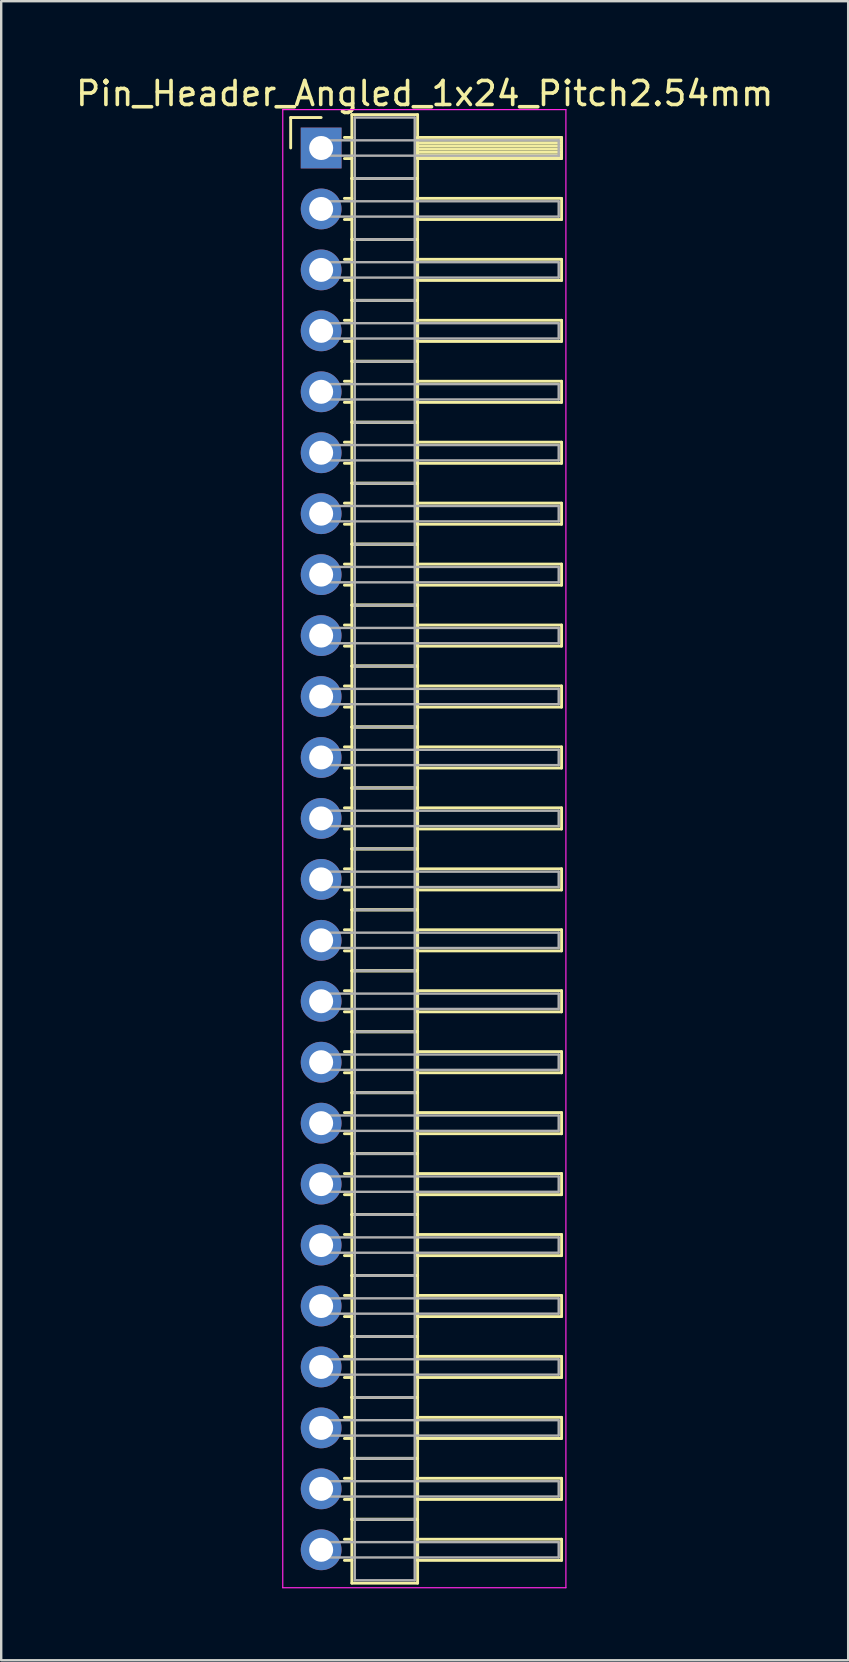
<source format=kicad_pcb>
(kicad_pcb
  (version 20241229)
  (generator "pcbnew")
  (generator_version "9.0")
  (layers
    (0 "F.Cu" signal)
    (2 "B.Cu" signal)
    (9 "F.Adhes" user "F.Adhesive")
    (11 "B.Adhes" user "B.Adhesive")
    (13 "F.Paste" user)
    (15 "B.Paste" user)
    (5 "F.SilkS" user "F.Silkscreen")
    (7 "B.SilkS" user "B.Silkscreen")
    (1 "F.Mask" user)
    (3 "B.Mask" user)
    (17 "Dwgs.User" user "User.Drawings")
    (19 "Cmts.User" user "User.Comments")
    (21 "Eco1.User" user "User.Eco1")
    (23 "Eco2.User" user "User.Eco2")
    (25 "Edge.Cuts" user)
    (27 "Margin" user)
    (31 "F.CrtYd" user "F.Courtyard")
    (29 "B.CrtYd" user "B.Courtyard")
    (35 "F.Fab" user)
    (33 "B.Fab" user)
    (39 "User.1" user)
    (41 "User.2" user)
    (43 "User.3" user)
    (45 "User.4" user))
  (footprint "Pin_Header_Angled_1x24_Pitch2.54mm"
    (layer "F.Cu")
    (at 10.334 3.118)
    (property "Reference" "Pin_Header_Angled_1x24_Pitch2.54mm" (at 4.315 -2.27 0) (layer "F.SilkS") (effects (font (size 1 1) (thickness 0.15))))
    (attr through_hole)
    (fp_line (start -1.27 -1.27) (end 0 -1.27) (stroke (width 0.12) (type solid)) (layer "F.SilkS"))
    (fp_line (start -1.27 0) (end -1.27 -1.27) (stroke (width 0.12) (type solid)) (layer "F.SilkS"))
    (fp_line (start 0.97 -0.44) (end 1.28 -0.44) (stroke (width 0.12) (type solid)) (layer "F.SilkS"))
    (fp_line (start 0.97 0.44) (end 1.28 0.44) (stroke (width 0.12) (type solid)) (layer "F.SilkS"))
    (fp_line (start 0.97 2.1) (end 1.28 2.1) (stroke (width 0.12) (type solid)) (layer "F.SilkS"))
    (fp_line (start 0.97 2.98) (end 1.28 2.98) (stroke (width 0.12) (type solid)) (layer "F.SilkS"))
    (fp_line (start 0.97 4.64) (end 1.28 4.64) (stroke (width 0.12) (type solid)) (layer "F.SilkS"))
    (fp_line (start 0.97 5.52) (end 1.28 5.52) (stroke (width 0.12) (type solid)) (layer "F.SilkS"))
    (fp_line (start 0.97 7.18) (end 1.28 7.18) (stroke (width 0.12) (type solid)) (layer "F.SilkS"))
    (fp_line (start 0.97 8.06) (end 1.28 8.06) (stroke (width 0.12) (type solid)) (layer "F.SilkS"))
    (fp_line (start 0.97 9.72) (end 1.28 9.72) (stroke (width 0.12) (type solid)) (layer "F.SilkS"))
    (fp_line (start 0.97 10.6) (end 1.28 10.6) (stroke (width 0.12) (type solid)) (layer "F.SilkS"))
    (fp_line (start 0.97 12.26) (end 1.28 12.26) (stroke (width 0.12) (type solid)) (layer "F.SilkS"))
    (fp_line (start 0.97 13.14) (end 1.28 13.14) (stroke (width 0.12) (type solid)) (layer "F.SilkS"))
    (fp_line (start 0.97 14.8) (end 1.28 14.8) (stroke (width 0.12) (type solid)) (layer "F.SilkS"))
    (fp_line (start 0.97 15.68) (end 1.28 15.68) (stroke (width 0.12) (type solid)) (layer "F.SilkS"))
    (fp_line (start 0.97 17.34) (end 1.28 17.34) (stroke (width 0.12) (type solid)) (layer "F.SilkS"))
    (fp_line (start 0.97 18.22) (end 1.28 18.22) (stroke (width 0.12) (type solid)) (layer "F.SilkS"))
    (fp_line (start 0.97 19.88) (end 1.28 19.88) (stroke (width 0.12) (type solid)) (layer "F.SilkS"))
    (fp_line (start 0.97 20.76) (end 1.28 20.76) (stroke (width 0.12) (type solid)) (layer "F.SilkS"))
    (fp_line (start 0.97 22.42) (end 1.28 22.42) (stroke (width 0.12) (type solid)) (layer "F.SilkS"))
    (fp_line (start 0.97 23.3) (end 1.28 23.3) (stroke (width 0.12) (type solid)) (layer "F.SilkS"))
    (fp_line (start 0.97 24.96) (end 1.28 24.96) (stroke (width 0.12) (type solid)) (layer "F.SilkS"))
    (fp_line (start 0.97 25.84) (end 1.28 25.84) (stroke (width 0.12) (type solid)) (layer "F.SilkS"))
    (fp_line (start 0.97 27.5) (end 1.28 27.5) (stroke (width 0.12) (type solid)) (layer "F.SilkS"))
    (fp_line (start 0.97 28.38) (end 1.28 28.38) (stroke (width 0.12) (type solid)) (layer "F.SilkS"))
    (fp_line (start 0.97 30.04) (end 1.28 30.04) (stroke (width 0.12) (type solid)) (layer "F.SilkS"))
    (fp_line (start 0.97 30.92) (end 1.28 30.92) (stroke (width 0.12) (type solid)) (layer "F.SilkS"))
    (fp_line (start 0.97 32.58) (end 1.28 32.58) (stroke (width 0.12) (type solid)) (layer "F.SilkS"))
    (fp_line (start 0.97 33.46) (end 1.28 33.46) (stroke (width 0.12) (type solid)) (layer "F.SilkS"))
    (fp_line (start 0.97 35.12) (end 1.28 35.12) (stroke (width 0.12) (type solid)) (layer "F.SilkS"))
    (fp_line (start 0.97 36) (end 1.28 36) (stroke (width 0.12) (type solid)) (layer "F.SilkS"))
    (fp_line (start 0.97 37.66) (end 1.28 37.66) (stroke (width 0.12) (type solid)) (layer "F.SilkS"))
    (fp_line (start 0.97 38.54) (end 1.28 38.54) (stroke (width 0.12) (type solid)) (layer "F.SilkS"))
    (fp_line (start 0.97 40.2) (end 1.28 40.2) (stroke (width 0.12) (type solid)) (layer "F.SilkS"))
    (fp_line (start 0.97 41.08) (end 1.28 41.08) (stroke (width 0.12) (type solid)) (layer "F.SilkS"))
    (fp_line (start 0.97 42.74) (end 1.28 42.74) (stroke (width 0.12) (type solid)) (layer "F.SilkS"))
    (fp_line (start 0.97 43.62) (end 1.28 43.62) (stroke (width 0.12) (type solid)) (layer "F.SilkS"))
    (fp_line (start 0.97 45.28) (end 1.28 45.28) (stroke (width 0.12) (type solid)) (layer "F.SilkS"))
    (fp_line (start 0.97 46.16) (end 1.28 46.16) (stroke (width 0.12) (type solid)) (layer "F.SilkS"))
    (fp_line (start 0.97 47.82) (end 1.28 47.82) (stroke (width 0.12) (type solid)) (layer "F.SilkS"))
    (fp_line (start 0.97 48.7) (end 1.28 48.7) (stroke (width 0.12) (type solid)) (layer "F.SilkS"))
    (fp_line (start 0.97 50.36) (end 1.28 50.36) (stroke (width 0.12) (type solid)) (layer "F.SilkS"))
    (fp_line (start 0.97 51.24) (end 1.28 51.24) (stroke (width 0.12) (type solid)) (layer "F.SilkS"))
    (fp_line (start 0.97 52.9) (end 1.28 52.9) (stroke (width 0.12) (type solid)) (layer "F.SilkS"))
    (fp_line (start 0.97 53.78) (end 1.28 53.78) (stroke (width 0.12) (type solid)) (layer "F.SilkS"))
    (fp_line (start 0.97 55.44) (end 1.28 55.44) (stroke (width 0.12) (type solid)) (layer "F.SilkS"))
    (fp_line (start 0.97 56.32) (end 1.28 56.32) (stroke (width 0.12) (type solid)) (layer "F.SilkS"))
    (fp_line (start 0.97 57.98) (end 1.28 57.98) (stroke (width 0.12) (type solid)) (layer "F.SilkS"))
    (fp_line (start 0.97 58.86) (end 1.28 58.86) (stroke (width 0.12) (type solid)) (layer "F.SilkS"))
    (fp_line (start 1.28 -1.39) (end 1.28 1.27) (stroke (width 0.12) (type solid)) (layer "F.SilkS"))
    (fp_line (start 1.28 1.27) (end 1.28 3.81) (stroke (width 0.12) (type solid)) (layer "F.SilkS"))
    (fp_line (start 1.28 1.27) (end 4.02 1.27) (stroke (width 0.12) (type solid)) (layer "F.SilkS"))
    (fp_line (start 1.28 3.81) (end 1.28 6.35) (stroke (width 0.12) (type solid)) (layer "F.SilkS"))
    (fp_line (start 1.28 3.81) (end 4.02 3.81) (stroke (width 0.12) (type solid)) (layer "F.SilkS"))
    (fp_line (start 1.28 6.35) (end 1.28 8.89) (stroke (width 0.12) (type solid)) (layer "F.SilkS"))
    (fp_line (start 1.28 6.35) (end 4.02 6.35) (stroke (width 0.12) (type solid)) (layer "F.SilkS"))
    (fp_line (start 1.28 8.89) (end 1.28 11.43) (stroke (width 0.12) (type solid)) (layer "F.SilkS"))
    (fp_line (start 1.28 8.89) (end 4.02 8.89) (stroke (width 0.12) (type solid)) (layer "F.SilkS"))
    (fp_line (start 1.28 11.43) (end 1.28 13.97) (stroke (width 0.12) (type solid)) (layer "F.SilkS"))
    (fp_line (start 1.28 11.43) (end 4.02 11.43) (stroke (width 0.12) (type solid)) (layer "F.SilkS"))
    (fp_line (start 1.28 13.97) (end 1.28 16.51) (stroke (width 0.12) (type solid)) (layer "F.SilkS"))
    (fp_line (start 1.28 13.97) (end 4.02 13.97) (stroke (width 0.12) (type solid)) (layer "F.SilkS"))
    (fp_line (start 1.28 16.51) (end 1.28 19.05) (stroke (width 0.12) (type solid)) (layer "F.SilkS"))
    (fp_line (start 1.28 16.51) (end 4.02 16.51) (stroke (width 0.12) (type solid)) (layer "F.SilkS"))
    (fp_line (start 1.28 19.05) (end 1.28 21.59) (stroke (width 0.12) (type solid)) (layer "F.SilkS"))
    (fp_line (start 1.28 19.05) (end 4.02 19.05) (stroke (width 0.12) (type solid)) (layer "F.SilkS"))
    (fp_line (start 1.28 21.59) (end 1.28 24.13) (stroke (width 0.12) (type solid)) (layer "F.SilkS"))
    (fp_line (start 1.28 21.59) (end 4.02 21.59) (stroke (width 0.12) (type solid)) (layer "F.SilkS"))
    (fp_line (start 1.28 24.13) (end 1.28 26.67) (stroke (width 0.12) (type solid)) (layer "F.SilkS"))
    (fp_line (start 1.28 24.13) (end 4.02 24.13) (stroke (width 0.12) (type solid)) (layer "F.SilkS"))
    (fp_line (start 1.28 26.67) (end 1.28 29.21) (stroke (width 0.12) (type solid)) (layer "F.SilkS"))
    (fp_line (start 1.28 26.67) (end 4.02 26.67) (stroke (width 0.12) (type solid)) (layer "F.SilkS"))
    (fp_line (start 1.28 29.21) (end 1.28 31.75) (stroke (width 0.12) (type solid)) (layer "F.SilkS"))
    (fp_line (start 1.28 29.21) (end 4.02 29.21) (stroke (width 0.12) (type solid)) (layer "F.SilkS"))
    (fp_line (start 1.28 31.75) (end 1.28 34.29) (stroke (width 0.12) (type solid)) (layer "F.SilkS"))
    (fp_line (start 1.28 31.75) (end 4.02 31.75) (stroke (width 0.12) (type solid)) (layer "F.SilkS"))
    (fp_line (start 1.28 34.29) (end 1.28 36.83) (stroke (width 0.12) (type solid)) (layer "F.SilkS"))
    (fp_line (start 1.28 34.29) (end 4.02 34.29) (stroke (width 0.12) (type solid)) (layer "F.SilkS"))
    (fp_line (start 1.28 36.83) (end 1.28 39.37) (stroke (width 0.12) (type solid)) (layer "F.SilkS"))
    (fp_line (start 1.28 36.83) (end 4.02 36.83) (stroke (width 0.12) (type solid)) (layer "F.SilkS"))
    (fp_line (start 1.28 39.37) (end 1.28 41.91) (stroke (width 0.12) (type solid)) (layer "F.SilkS"))
    (fp_line (start 1.28 39.37) (end 4.02 39.37) (stroke (width 0.12) (type solid)) (layer "F.SilkS"))
    (fp_line (start 1.28 41.91) (end 1.28 44.45) (stroke (width 0.12) (type solid)) (layer "F.SilkS"))
    (fp_line (start 1.28 41.91) (end 4.02 41.91) (stroke (width 0.12) (type solid)) (layer "F.SilkS"))
    (fp_line (start 1.28 44.45) (end 1.28 46.99) (stroke (width 0.12) (type solid)) (layer "F.SilkS"))
    (fp_line (start 1.28 44.45) (end 4.02 44.45) (stroke (width 0.12) (type solid)) (layer "F.SilkS"))
    (fp_line (start 1.28 46.99) (end 1.28 49.53) (stroke (width 0.12) (type solid)) (layer "F.SilkS"))
    (fp_line (start 1.28 46.99) (end 4.02 46.99) (stroke (width 0.12) (type solid)) (layer "F.SilkS"))
    (fp_line (start 1.28 49.53) (end 1.28 52.07) (stroke (width 0.12) (type solid)) (layer "F.SilkS"))
    (fp_line (start 1.28 49.53) (end 4.02 49.53) (stroke (width 0.12) (type solid)) (layer "F.SilkS"))
    (fp_line (start 1.28 52.07) (end 1.28 54.61) (stroke (width 0.12) (type solid)) (layer "F.SilkS"))
    (fp_line (start 1.28 52.07) (end 4.02 52.07) (stroke (width 0.12) (type solid)) (layer "F.SilkS"))
    (fp_line (start 1.28 54.61) (end 1.28 57.15) (stroke (width 0.12) (type solid)) (layer "F.SilkS"))
    (fp_line (start 1.28 54.61) (end 4.02 54.61) (stroke (width 0.12) (type solid)) (layer "F.SilkS"))
    (fp_line (start 1.28 57.15) (end 1.28 59.81) (stroke (width 0.12) (type solid)) (layer "F.SilkS"))
    (fp_line (start 1.28 57.15) (end 4.02 57.15) (stroke (width 0.12) (type solid)) (layer "F.SilkS"))
    (fp_line (start 1.28 59.81) (end 4.02 59.81) (stroke (width 0.12) (type solid)) (layer "F.SilkS"))
    (fp_line (start 4.02 -1.39) (end 1.28 -1.39) (stroke (width 0.12) (type solid)) (layer "F.SilkS"))
    (fp_line (start 4.02 -0.44) (end 4.02 0.44) (stroke (width 0.12) (type solid)) (layer "F.SilkS"))
    (fp_line (start 4.02 -0.32) (end 10.02 -0.32) (stroke (width 0.12) (type solid)) (layer "F.SilkS"))
    (fp_line (start 4.02 -0.2) (end 10.02 -0.2) (stroke (width 0.12) (type solid)) (layer "F.SilkS"))
    (fp_line (start 4.02 -0.08) (end 10.02 -0.08) (stroke (width 0.12) (type solid)) (layer "F.SilkS"))
    (fp_line (start 4.02 0.04) (end 10.02 0.04) (stroke (width 0.12) (type solid)) (layer "F.SilkS"))
    (fp_line (start 4.02 0.16) (end 10.02 0.16) (stroke (width 0.12) (type solid)) (layer "F.SilkS"))
    (fp_line (start 4.02 0.28) (end 10.02 0.28) (stroke (width 0.12) (type solid)) (layer "F.SilkS"))
    (fp_line (start 4.02 0.4) (end 10.02 0.4) (stroke (width 0.12) (type solid)) (layer "F.SilkS"))
    (fp_line (start 4.02 0.44) (end 10.02 0.44) (stroke (width 0.12) (type solid)) (layer "F.SilkS"))
    (fp_line (start 4.02 1.27) (end 1.28 1.27) (stroke (width 0.12) (type solid)) (layer "F.SilkS"))
    (fp_line (start 4.02 1.27) (end 4.02 -1.39) (stroke (width 0.12) (type solid)) (layer "F.SilkS"))
    (fp_line (start 4.02 2.1) (end 4.02 2.98) (stroke (width 0.12) (type solid)) (layer "F.SilkS"))
    (fp_line (start 4.02 2.98) (end 10.02 2.98) (stroke (width 0.12) (type solid)) (layer "F.SilkS"))
    (fp_line (start 4.02 3.81) (end 1.28 3.81) (stroke (width 0.12) (type solid)) (layer "F.SilkS"))
    (fp_line (start 4.02 3.81) (end 4.02 1.27) (stroke (width 0.12) (type solid)) (layer "F.SilkS"))
    (fp_line (start 4.02 4.64) (end 4.02 5.52) (stroke (width 0.12) (type solid)) (layer "F.SilkS"))
    (fp_line (start 4.02 5.52) (end 10.02 5.52) (stroke (width 0.12) (type solid)) (layer "F.SilkS"))
    (fp_line (start 4.02 6.35) (end 1.28 6.35) (stroke (width 0.12) (type solid)) (layer "F.SilkS"))
    (fp_line (start 4.02 6.35) (end 4.02 3.81) (stroke (width 0.12) (type solid)) (layer "F.SilkS"))
    (fp_line (start 4.02 7.18) (end 4.02 8.06) (stroke (width 0.12) (type solid)) (layer "F.SilkS"))
    (fp_line (start 4.02 8.06) (end 10.02 8.06) (stroke (width 0.12) (type solid)) (layer "F.SilkS"))
    (fp_line (start 4.02 8.89) (end 1.28 8.89) (stroke (width 0.12) (type solid)) (layer "F.SilkS"))
    (fp_line (start 4.02 8.89) (end 4.02 6.35) (stroke (width 0.12) (type solid)) (layer "F.SilkS"))
    (fp_line (start 4.02 9.72) (end 4.02 10.6) (stroke (width 0.12) (type solid)) (layer "F.SilkS"))
    (fp_line (start 4.02 10.6) (end 10.02 10.6) (stroke (width 0.12) (type solid)) (layer "F.SilkS"))
    (fp_line (start 4.02 11.43) (end 1.28 11.43) (stroke (width 0.12) (type solid)) (layer "F.SilkS"))
    (fp_line (start 4.02 11.43) (end 4.02 8.89) (stroke (width 0.12) (type solid)) (layer "F.SilkS"))
    (fp_line (start 4.02 12.26) (end 4.02 13.14) (stroke (width 0.12) (type solid)) (layer "F.SilkS"))
    (fp_line (start 4.02 13.14) (end 10.02 13.14) (stroke (width 0.12) (type solid)) (layer "F.SilkS"))
    (fp_line (start 4.02 13.97) (end 1.28 13.97) (stroke (width 0.12) (type solid)) (layer "F.SilkS"))
    (fp_line (start 4.02 13.97) (end 4.02 11.43) (stroke (width 0.12) (type solid)) (layer "F.SilkS"))
    (fp_line (start 4.02 14.8) (end 4.02 15.68) (stroke (width 0.12) (type solid)) (layer "F.SilkS"))
    (fp_line (start 4.02 15.68) (end 10.02 15.68) (stroke (width 0.12) (type solid)) (layer "F.SilkS"))
    (fp_line (start 4.02 16.51) (end 1.28 16.51) (stroke (width 0.12) (type solid)) (layer "F.SilkS"))
    (fp_line (start 4.02 16.51) (end 4.02 13.97) (stroke (width 0.12) (type solid)) (layer "F.SilkS"))
    (fp_line (start 4.02 17.34) (end 4.02 18.22) (stroke (width 0.12) (type solid)) (layer "F.SilkS"))
    (fp_line (start 4.02 18.22) (end 10.02 18.22) (stroke (width 0.12) (type solid)) (layer "F.SilkS"))
    (fp_line (start 4.02 19.05) (end 1.28 19.05) (stroke (width 0.12) (type solid)) (layer "F.SilkS"))
    (fp_line (start 4.02 19.05) (end 4.02 16.51) (stroke (width 0.12) (type solid)) (layer "F.SilkS"))
    (fp_line (start 4.02 19.88) (end 4.02 20.76) (stroke (width 0.12) (type solid)) (layer "F.SilkS"))
    (fp_line (start 4.02 20.76) (end 10.02 20.76) (stroke (width 0.12) (type solid)) (layer "F.SilkS"))
    (fp_line (start 4.02 21.59) (end 1.28 21.59) (stroke (width 0.12) (type solid)) (layer "F.SilkS"))
    (fp_line (start 4.02 21.59) (end 4.02 19.05) (stroke (width 0.12) (type solid)) (layer "F.SilkS"))
    (fp_line (start 4.02 22.42) (end 4.02 23.3) (stroke (width 0.12) (type solid)) (layer "F.SilkS"))
    (fp_line (start 4.02 23.3) (end 10.02 23.3) (stroke (width 0.12) (type solid)) (layer "F.SilkS"))
    (fp_line (start 4.02 24.13) (end 1.28 24.13) (stroke (width 0.12) (type solid)) (layer "F.SilkS"))
    (fp_line (start 4.02 24.13) (end 4.02 21.59) (stroke (width 0.12) (type solid)) (layer "F.SilkS"))
    (fp_line (start 4.02 24.96) (end 4.02 25.84) (stroke (width 0.12) (type solid)) (layer "F.SilkS"))
    (fp_line (start 4.02 25.84) (end 10.02 25.84) (stroke (width 0.12) (type solid)) (layer "F.SilkS"))
    (fp_line (start 4.02 26.67) (end 1.28 26.67) (stroke (width 0.12) (type solid)) (layer "F.SilkS"))
    (fp_line (start 4.02 26.67) (end 4.02 24.13) (stroke (width 0.12) (type solid)) (layer "F.SilkS"))
    (fp_line (start 4.02 27.5) (end 4.02 28.38) (stroke (width 0.12) (type solid)) (layer "F.SilkS"))
    (fp_line (start 4.02 28.38) (end 10.02 28.38) (stroke (width 0.12) (type solid)) (layer "F.SilkS"))
    (fp_line (start 4.02 29.21) (end 1.28 29.21) (stroke (width 0.12) (type solid)) (layer "F.SilkS"))
    (fp_line (start 4.02 29.21) (end 4.02 26.67) (stroke (width 0.12) (type solid)) (layer "F.SilkS"))
    (fp_line (start 4.02 30.04) (end 4.02 30.92) (stroke (width 0.12) (type solid)) (layer "F.SilkS"))
    (fp_line (start 4.02 30.92) (end 10.02 30.92) (stroke (width 0.12) (type solid)) (layer "F.SilkS"))
    (fp_line (start 4.02 31.75) (end 1.28 31.75) (stroke (width 0.12) (type solid)) (layer "F.SilkS"))
    (fp_line (start 4.02 31.75) (end 4.02 29.21) (stroke (width 0.12) (type solid)) (layer "F.SilkS"))
    (fp_line (start 4.02 32.58) (end 4.02 33.46) (stroke (width 0.12) (type solid)) (layer "F.SilkS"))
    (fp_line (start 4.02 33.46) (end 10.02 33.46) (stroke (width 0.12) (type solid)) (layer "F.SilkS"))
    (fp_line (start 4.02 34.29) (end 1.28 34.29) (stroke (width 0.12) (type solid)) (layer "F.SilkS"))
    (fp_line (start 4.02 34.29) (end 4.02 31.75) (stroke (width 0.12) (type solid)) (layer "F.SilkS"))
    (fp_line (start 4.02 35.12) (end 4.02 36) (stroke (width 0.12) (type solid)) (layer "F.SilkS"))
    (fp_line (start 4.02 36) (end 10.02 36) (stroke (width 0.12) (type solid)) (layer "F.SilkS"))
    (fp_line (start 4.02 36.83) (end 1.28 36.83) (stroke (width 0.12) (type solid)) (layer "F.SilkS"))
    (fp_line (start 4.02 36.83) (end 4.02 34.29) (stroke (width 0.12) (type solid)) (layer "F.SilkS"))
    (fp_line (start 4.02 37.66) (end 4.02 38.54) (stroke (width 0.12) (type solid)) (layer "F.SilkS"))
    (fp_line (start 4.02 38.54) (end 10.02 38.54) (stroke (width 0.12) (type solid)) (layer "F.SilkS"))
    (fp_line (start 4.02 39.37) (end 1.28 39.37) (stroke (width 0.12) (type solid)) (layer "F.SilkS"))
    (fp_line (start 4.02 39.37) (end 4.02 36.83) (stroke (width 0.12) (type solid)) (layer "F.SilkS"))
    (fp_line (start 4.02 40.2) (end 4.02 41.08) (stroke (width 0.12) (type solid)) (layer "F.SilkS"))
    (fp_line (start 4.02 41.08) (end 10.02 41.08) (stroke (width 0.12) (type solid)) (layer "F.SilkS"))
    (fp_line (start 4.02 41.91) (end 1.28 41.91) (stroke (width 0.12) (type solid)) (layer "F.SilkS"))
    (fp_line (start 4.02 41.91) (end 4.02 39.37) (stroke (width 0.12) (type solid)) (layer "F.SilkS"))
    (fp_line (start 4.02 42.74) (end 4.02 43.62) (stroke (width 0.12) (type solid)) (layer "F.SilkS"))
    (fp_line (start 4.02 43.62) (end 10.02 43.62) (stroke (width 0.12) (type solid)) (layer "F.SilkS"))
    (fp_line (start 4.02 44.45) (end 1.28 44.45) (stroke (width 0.12) (type solid)) (layer "F.SilkS"))
    (fp_line (start 4.02 44.45) (end 4.02 41.91) (stroke (width 0.12) (type solid)) (layer "F.SilkS"))
    (fp_line (start 4.02 45.28) (end 4.02 46.16) (stroke (width 0.12) (type solid)) (layer "F.SilkS"))
    (fp_line (start 4.02 46.16) (end 10.02 46.16) (stroke (width 0.12) (type solid)) (layer "F.SilkS"))
    (fp_line (start 4.02 46.99) (end 1.28 46.99) (stroke (width 0.12) (type solid)) (layer "F.SilkS"))
    (fp_line (start 4.02 46.99) (end 4.02 44.45) (stroke (width 0.12) (type solid)) (layer "F.SilkS"))
    (fp_line (start 4.02 47.82) (end 4.02 48.7) (stroke (width 0.12) (type solid)) (layer "F.SilkS"))
    (fp_line (start 4.02 48.7) (end 10.02 48.7) (stroke (width 0.12) (type solid)) (layer "F.SilkS"))
    (fp_line (start 4.02 49.53) (end 1.28 49.53) (stroke (width 0.12) (type solid)) (layer "F.SilkS"))
    (fp_line (start 4.02 49.53) (end 4.02 46.99) (stroke (width 0.12) (type solid)) (layer "F.SilkS"))
    (fp_line (start 4.02 50.36) (end 4.02 51.24) (stroke (width 0.12) (type solid)) (layer "F.SilkS"))
    (fp_line (start 4.02 51.24) (end 10.02 51.24) (stroke (width 0.12) (type solid)) (layer "F.SilkS"))
    (fp_line (start 4.02 52.07) (end 1.28 52.07) (stroke (width 0.12) (type solid)) (layer "F.SilkS"))
    (fp_line (start 4.02 52.07) (end 4.02 49.53) (stroke (width 0.12) (type solid)) (layer "F.SilkS"))
    (fp_line (start 4.02 52.9) (end 4.02 53.78) (stroke (width 0.12) (type solid)) (layer "F.SilkS"))
    (fp_line (start 4.02 53.78) (end 10.02 53.78) (stroke (width 0.12) (type solid)) (layer "F.SilkS"))
    (fp_line (start 4.02 54.61) (end 1.28 54.61) (stroke (width 0.12) (type solid)) (layer "F.SilkS"))
    (fp_line (start 4.02 54.61) (end 4.02 52.07) (stroke (width 0.12) (type solid)) (layer "F.SilkS"))
    (fp_line (start 4.02 55.44) (end 4.02 56.32) (stroke (width 0.12) (type solid)) (layer "F.SilkS"))
    (fp_line (start 4.02 56.32) (end 10.02 56.32) (stroke (width 0.12) (type solid)) (layer "F.SilkS"))
    (fp_line (start 4.02 57.15) (end 1.28 57.15) (stroke (width 0.12) (type solid)) (layer "F.SilkS"))
    (fp_line (start 4.02 57.15) (end 4.02 54.61) (stroke (width 0.12) (type solid)) (layer "F.SilkS"))
    (fp_line (start 4.02 57.98) (end 4.02 58.86) (stroke (width 0.12) (type solid)) (layer "F.SilkS"))
    (fp_line (start 4.02 58.86) (end 10.02 58.86) (stroke (width 0.12) (type solid)) (layer "F.SilkS"))
    (fp_line (start 4.02 59.81) (end 4.02 57.15) (stroke (width 0.12) (type solid)) (layer "F.SilkS"))
    (fp_line (start 10.02 -0.44) (end 4.02 -0.44) (stroke (width 0.12) (type solid)) (layer "F.SilkS"))
    (fp_line (start 10.02 0.44) (end 10.02 -0.44) (stroke (width 0.12) (type solid)) (layer "F.SilkS"))
    (fp_line (start 10.02 2.1) (end 4.02 2.1) (stroke (width 0.12) (type solid)) (layer "F.SilkS"))
    (fp_line (start 10.02 2.98) (end 10.02 2.1) (stroke (width 0.12) (type solid)) (layer "F.SilkS"))
    (fp_line (start 10.02 4.64) (end 4.02 4.64) (stroke (width 0.12) (type solid)) (layer "F.SilkS"))
    (fp_line (start 10.02 5.52) (end 10.02 4.64) (stroke (width 0.12) (type solid)) (layer "F.SilkS"))
    (fp_line (start 10.02 7.18) (end 4.02 7.18) (stroke (width 0.12) (type solid)) (layer "F.SilkS"))
    (fp_line (start 10.02 8.06) (end 10.02 7.18) (stroke (width 0.12) (type solid)) (layer "F.SilkS"))
    (fp_line (start 10.02 9.72) (end 4.02 9.72) (stroke (width 0.12) (type solid)) (layer "F.SilkS"))
    (fp_line (start 10.02 10.6) (end 10.02 9.72) (stroke (width 0.12) (type solid)) (layer "F.SilkS"))
    (fp_line (start 10.02 12.26) (end 4.02 12.26) (stroke (width 0.12) (type solid)) (layer "F.SilkS"))
    (fp_line (start 10.02 13.14) (end 10.02 12.26) (stroke (width 0.12) (type solid)) (layer "F.SilkS"))
    (fp_line (start 10.02 14.8) (end 4.02 14.8) (stroke (width 0.12) (type solid)) (layer "F.SilkS"))
    (fp_line (start 10.02 15.68) (end 10.02 14.8) (stroke (width 0.12) (type solid)) (layer "F.SilkS"))
    (fp_line (start 10.02 17.34) (end 4.02 17.34) (stroke (width 0.12) (type solid)) (layer "F.SilkS"))
    (fp_line (start 10.02 18.22) (end 10.02 17.34) (stroke (width 0.12) (type solid)) (layer "F.SilkS"))
    (fp_line (start 10.02 19.88) (end 4.02 19.88) (stroke (width 0.12) (type solid)) (layer "F.SilkS"))
    (fp_line (start 10.02 20.76) (end 10.02 19.88) (stroke (width 0.12) (type solid)) (layer "F.SilkS"))
    (fp_line (start 10.02 22.42) (end 4.02 22.42) (stroke (width 0.12) (type solid)) (layer "F.SilkS"))
    (fp_line (start 10.02 23.3) (end 10.02 22.42) (stroke (width 0.12) (type solid)) (layer "F.SilkS"))
    (fp_line (start 10.02 24.96) (end 4.02 24.96) (stroke (width 0.12) (type solid)) (layer "F.SilkS"))
    (fp_line (start 10.02 25.84) (end 10.02 24.96) (stroke (width 0.12) (type solid)) (layer "F.SilkS"))
    (fp_line (start 10.02 27.5) (end 4.02 27.5) (stroke (width 0.12) (type solid)) (layer "F.SilkS"))
    (fp_line (start 10.02 28.38) (end 10.02 27.5) (stroke (width 0.12) (type solid)) (layer "F.SilkS"))
    (fp_line (start 10.02 30.04) (end 4.02 30.04) (stroke (width 0.12) (type solid)) (layer "F.SilkS"))
    (fp_line (start 10.02 30.92) (end 10.02 30.04) (stroke (width 0.12) (type solid)) (layer "F.SilkS"))
    (fp_line (start 10.02 32.58) (end 4.02 32.58) (stroke (width 0.12) (type solid)) (layer "F.SilkS"))
    (fp_line (start 10.02 33.46) (end 10.02 32.58) (stroke (width 0.12) (type solid)) (layer "F.SilkS"))
    (fp_line (start 10.02 35.12) (end 4.02 35.12) (stroke (width 0.12) (type solid)) (layer "F.SilkS"))
    (fp_line (start 10.02 36) (end 10.02 35.12) (stroke (width 0.12) (type solid)) (layer "F.SilkS"))
    (fp_line (start 10.02 37.66) (end 4.02 37.66) (stroke (width 0.12) (type solid)) (layer "F.SilkS"))
    (fp_line (start 10.02 38.54) (end 10.02 37.66) (stroke (width 0.12) (type solid)) (layer "F.SilkS"))
    (fp_line (start 10.02 40.2) (end 4.02 40.2) (stroke (width 0.12) (type solid)) (layer "F.SilkS"))
    (fp_line (start 10.02 41.08) (end 10.02 40.2) (stroke (width 0.12) (type solid)) (layer "F.SilkS"))
    (fp_line (start 10.02 42.74) (end 4.02 42.74) (stroke (width 0.12) (type solid)) (layer "F.SilkS"))
    (fp_line (start 10.02 43.62) (end 10.02 42.74) (stroke (width 0.12) (type solid)) (layer "F.SilkS"))
    (fp_line (start 10.02 45.28) (end 4.02 45.28) (stroke (width 0.12) (type solid)) (layer "F.SilkS"))
    (fp_line (start 10.02 46.16) (end 10.02 45.28) (stroke (width 0.12) (type solid)) (layer "F.SilkS"))
    (fp_line (start 10.02 47.82) (end 4.02 47.82) (stroke (width 0.12) (type solid)) (layer "F.SilkS"))
    (fp_line (start 10.02 48.7) (end 10.02 47.82) (stroke (width 0.12) (type solid)) (layer "F.SilkS"))
    (fp_line (start 10.02 50.36) (end 4.02 50.36) (stroke (width 0.12) (type solid)) (layer "F.SilkS"))
    (fp_line (start 10.02 51.24) (end 10.02 50.36) (stroke (width 0.12) (type solid)) (layer "F.SilkS"))
    (fp_line (start 10.02 52.9) (end 4.02 52.9) (stroke (width 0.12) (type solid)) (layer "F.SilkS"))
    (fp_line (start 10.02 53.78) (end 10.02 52.9) (stroke (width 0.12) (type solid)) (layer "F.SilkS"))
    (fp_line (start 10.02 55.44) (end 4.02 55.44) (stroke (width 0.12) (type solid)) (layer "F.SilkS"))
    (fp_line (start 10.02 56.32) (end 10.02 55.44) (stroke (width 0.12) (type solid)) (layer "F.SilkS"))
    (fp_line (start 10.02 57.98) (end 4.02 57.98) (stroke (width 0.12) (type solid)) (layer "F.SilkS"))
    (fp_line (start 10.02 58.86) (end 10.02 57.98) (stroke (width 0.12) (type solid)) (layer "F.SilkS"))
    (fp_line (start -1.6 -1.6) (end -1.6 60) (stroke (width 0.05) (type solid)) (layer "F.CrtYd"))
    (fp_line (start -1.6 60) (end 10.2 60) (stroke (width 0.05) (type solid)) (layer "F.CrtYd"))
    (fp_line (start 10.2 -1.6) (end -1.6 -1.6) (stroke (width 0.05) (type solid)) (layer "F.CrtYd"))
    (fp_line (start 10.2 60) (end 10.2 -1.6) (stroke (width 0.05) (type solid)) (layer "F.CrtYd"))
    (fp_line (start 0 -0.32) (end 0 0.32) (stroke (width 0.1) (type solid)) (layer "F.Fab"))
    (fp_line (start 0 0.32) (end 9.9 0.32) (stroke (width 0.1) (type solid)) (layer "F.Fab"))
    (fp_line (start 0 2.22) (end 0 2.86) (stroke (width 0.1) (type solid)) (layer "F.Fab"))
    (fp_line (start 0 2.86) (end 9.9 2.86) (stroke (width 0.1) (type solid)) (layer "F.Fab"))
    (fp_line (start 0 4.76) (end 0 5.4) (stroke (width 0.1) (type solid)) (layer "F.Fab"))
    (fp_line (start 0 5.4) (end 9.9 5.4) (stroke (width 0.1) (type solid)) (layer "F.Fab"))
    (fp_line (start 0 7.3) (end 0 7.94) (stroke (width 0.1) (type solid)) (layer "F.Fab"))
    (fp_line (start 0 7.94) (end 9.9 7.94) (stroke (width 0.1) (type solid)) (layer "F.Fab"))
    (fp_line (start 0 9.84) (end 0 10.48) (stroke (width 0.1) (type solid)) (layer "F.Fab"))
    (fp_line (start 0 10.48) (end 9.9 10.48) (stroke (width 0.1) (type solid)) (layer "F.Fab"))
    (fp_line (start 0 12.38) (end 0 13.02) (stroke (width 0.1) (type solid)) (layer "F.Fab"))
    (fp_line (start 0 13.02) (end 9.9 13.02) (stroke (width 0.1) (type solid)) (layer "F.Fab"))
    (fp_line (start 0 14.92) (end 0 15.56) (stroke (width 0.1) (type solid)) (layer "F.Fab"))
    (fp_line (start 0 15.56) (end 9.9 15.56) (stroke (width 0.1) (type solid)) (layer "F.Fab"))
    (fp_line (start 0 17.46) (end 0 18.1) (stroke (width 0.1) (type solid)) (layer "F.Fab"))
    (fp_line (start 0 18.1) (end 9.9 18.1) (stroke (width 0.1) (type solid)) (layer "F.Fab"))
    (fp_line (start 0 20) (end 0 20.64) (stroke (width 0.1) (type solid)) (layer "F.Fab"))
    (fp_line (start 0 20.64) (end 9.9 20.64) (stroke (width 0.1) (type solid)) (layer "F.Fab"))
    (fp_line (start 0 22.54) (end 0 23.18) (stroke (width 0.1) (type solid)) (layer "F.Fab"))
    (fp_line (start 0 23.18) (end 9.9 23.18) (stroke (width 0.1) (type solid)) (layer "F.Fab"))
    (fp_line (start 0 25.08) (end 0 25.72) (stroke (width 0.1) (type solid)) (layer "F.Fab"))
    (fp_line (start 0 25.72) (end 9.9 25.72) (stroke (width 0.1) (type solid)) (layer "F.Fab"))
    (fp_line (start 0 27.62) (end 0 28.26) (stroke (width 0.1) (type solid)) (layer "F.Fab"))
    (fp_line (start 0 28.26) (end 9.9 28.26) (stroke (width 0.1) (type solid)) (layer "F.Fab"))
    (fp_line (start 0 30.16) (end 0 30.8) (stroke (width 0.1) (type solid)) (layer "F.Fab"))
    (fp_line (start 0 30.8) (end 9.9 30.8) (stroke (width 0.1) (type solid)) (layer "F.Fab"))
    (fp_line (start 0 32.7) (end 0 33.34) (stroke (width 0.1) (type solid)) (layer "F.Fab"))
    (fp_line (start 0 33.34) (end 9.9 33.34) (stroke (width 0.1) (type solid)) (layer "F.Fab"))
    (fp_line (start 0 35.24) (end 0 35.88) (stroke (width 0.1) (type solid)) (layer "F.Fab"))
    (fp_line (start 0 35.88) (end 9.9 35.88) (stroke (width 0.1) (type solid)) (layer "F.Fab"))
    (fp_line (start 0 37.78) (end 0 38.42) (stroke (width 0.1) (type solid)) (layer "F.Fab"))
    (fp_line (start 0 38.42) (end 9.9 38.42) (stroke (width 0.1) (type solid)) (layer "F.Fab"))
    (fp_line (start 0 40.32) (end 0 40.96) (stroke (width 0.1) (type solid)) (layer "F.Fab"))
    (fp_line (start 0 40.96) (end 9.9 40.96) (stroke (width 0.1) (type solid)) (layer "F.Fab"))
    (fp_line (start 0 42.86) (end 0 43.5) (stroke (width 0.1) (type solid)) (layer "F.Fab"))
    (fp_line (start 0 43.5) (end 9.9 43.5) (stroke (width 0.1) (type solid)) (layer "F.Fab"))
    (fp_line (start 0 45.4) (end 0 46.04) (stroke (width 0.1) (type solid)) (layer "F.Fab"))
    (fp_line (start 0 46.04) (end 9.9 46.04) (stroke (width 0.1) (type solid)) (layer "F.Fab"))
    (fp_line (start 0 47.94) (end 0 48.58) (stroke (width 0.1) (type solid)) (layer "F.Fab"))
    (fp_line (start 0 48.58) (end 9.9 48.58) (stroke (width 0.1) (type solid)) (layer "F.Fab"))
    (fp_line (start 0 50.48) (end 0 51.12) (stroke (width 0.1) (type solid)) (layer "F.Fab"))
    (fp_line (start 0 51.12) (end 9.9 51.12) (stroke (width 0.1) (type solid)) (layer "F.Fab"))
    (fp_line (start 0 53.02) (end 0 53.66) (stroke (width 0.1) (type solid)) (layer "F.Fab"))
    (fp_line (start 0 53.66) (end 9.9 53.66) (stroke (width 0.1) (type solid)) (layer "F.Fab"))
    (fp_line (start 0 55.56) (end 0 56.2) (stroke (width 0.1) (type solid)) (layer "F.Fab"))
    (fp_line (start 0 56.2) (end 9.9 56.2) (stroke (width 0.1) (type solid)) (layer "F.Fab"))
    (fp_line (start 0 58.1) (end 0 58.74) (stroke (width 0.1) (type solid)) (layer "F.Fab"))
    (fp_line (start 0 58.74) (end 9.9 58.74) (stroke (width 0.1) (type solid)) (layer "F.Fab"))
    (fp_line (start 1.4 -1.27) (end 1.4 1.27) (stroke (width 0.1) (type solid)) (layer "F.Fab"))
    (fp_line (start 1.4 1.27) (end 1.4 3.81) (stroke (width 0.1) (type solid)) (layer "F.Fab"))
    (fp_line (start 1.4 1.27) (end 3.9 1.27) (stroke (width 0.1) (type solid)) (layer "F.Fab"))
    (fp_line (start 1.4 3.81) (end 1.4 6.35) (stroke (width 0.1) (type solid)) (layer "F.Fab"))
    (fp_line (start 1.4 3.81) (end 3.9 3.81) (stroke (width 0.1) (type solid)) (layer "F.Fab"))
    (fp_line (start 1.4 6.35) (end 1.4 8.89) (stroke (width 0.1) (type solid)) (layer "F.Fab"))
    (fp_line (start 1.4 6.35) (end 3.9 6.35) (stroke (width 0.1) (type solid)) (layer "F.Fab"))
    (fp_line (start 1.4 8.89) (end 1.4 11.43) (stroke (width 0.1) (type solid)) (layer "F.Fab"))
    (fp_line (start 1.4 8.89) (end 3.9 8.89) (stroke (width 0.1) (type solid)) (layer "F.Fab"))
    (fp_line (start 1.4 11.43) (end 1.4 13.97) (stroke (width 0.1) (type solid)) (layer "F.Fab"))
    (fp_line (start 1.4 11.43) (end 3.9 11.43) (stroke (width 0.1) (type solid)) (layer "F.Fab"))
    (fp_line (start 1.4 13.97) (end 1.4 16.51) (stroke (width 0.1) (type solid)) (layer "F.Fab"))
    (fp_line (start 1.4 13.97) (end 3.9 13.97) (stroke (width 0.1) (type solid)) (layer "F.Fab"))
    (fp_line (start 1.4 16.51) (end 1.4 19.05) (stroke (width 0.1) (type solid)) (layer "F.Fab"))
    (fp_line (start 1.4 16.51) (end 3.9 16.51) (stroke (width 0.1) (type solid)) (layer "F.Fab"))
    (fp_line (start 1.4 19.05) (end 1.4 21.59) (stroke (width 0.1) (type solid)) (layer "F.Fab"))
    (fp_line (start 1.4 19.05) (end 3.9 19.05) (stroke (width 0.1) (type solid)) (layer "F.Fab"))
    (fp_line (start 1.4 21.59) (end 1.4 24.13) (stroke (width 0.1) (type solid)) (layer "F.Fab"))
    (fp_line (start 1.4 21.59) (end 3.9 21.59) (stroke (width 0.1) (type solid)) (layer "F.Fab"))
    (fp_line (start 1.4 24.13) (end 1.4 26.67) (stroke (width 0.1) (type solid)) (layer "F.Fab"))
    (fp_line (start 1.4 24.13) (end 3.9 24.13) (stroke (width 0.1) (type solid)) (layer "F.Fab"))
    (fp_line (start 1.4 26.67) (end 1.4 29.21) (stroke (width 0.1) (type solid)) (layer "F.Fab"))
    (fp_line (start 1.4 26.67) (end 3.9 26.67) (stroke (width 0.1) (type solid)) (layer "F.Fab"))
    (fp_line (start 1.4 29.21) (end 1.4 31.75) (stroke (width 0.1) (type solid)) (layer "F.Fab"))
    (fp_line (start 1.4 29.21) (end 3.9 29.21) (stroke (width 0.1) (type solid)) (layer "F.Fab"))
    (fp_line (start 1.4 31.75) (end 1.4 34.29) (stroke (width 0.1) (type solid)) (layer "F.Fab"))
    (fp_line (start 1.4 31.75) (end 3.9 31.75) (stroke (width 0.1) (type solid)) (layer "F.Fab"))
    (fp_line (start 1.4 34.29) (end 1.4 36.83) (stroke (width 0.1) (type solid)) (layer "F.Fab"))
    (fp_line (start 1.4 34.29) (end 3.9 34.29) (stroke (width 0.1) (type solid)) (layer "F.Fab"))
    (fp_line (start 1.4 36.83) (end 1.4 39.37) (stroke (width 0.1) (type solid)) (layer "F.Fab"))
    (fp_line (start 1.4 36.83) (end 3.9 36.83) (stroke (width 0.1) (type solid)) (layer "F.Fab"))
    (fp_line (start 1.4 39.37) (end 1.4 41.91) (stroke (width 0.1) (type solid)) (layer "F.Fab"))
    (fp_line (start 1.4 39.37) (end 3.9 39.37) (stroke (width 0.1) (type solid)) (layer "F.Fab"))
    (fp_line (start 1.4 41.91) (end 1.4 44.45) (stroke (width 0.1) (type solid)) (layer "F.Fab"))
    (fp_line (start 1.4 41.91) (end 3.9 41.91) (stroke (width 0.1) (type solid)) (layer "F.Fab"))
    (fp_line (start 1.4 44.45) (end 1.4 46.99) (stroke (width 0.1) (type solid)) (layer "F.Fab"))
    (fp_line (start 1.4 44.45) (end 3.9 44.45) (stroke (width 0.1) (type solid)) (layer "F.Fab"))
    (fp_line (start 1.4 46.99) (end 1.4 49.53) (stroke (width 0.1) (type solid)) (layer "F.Fab"))
    (fp_line (start 1.4 46.99) (end 3.9 46.99) (stroke (width 0.1) (type solid)) (layer "F.Fab"))
    (fp_line (start 1.4 49.53) (end 1.4 52.07) (stroke (width 0.1) (type solid)) (layer "F.Fab"))
    (fp_line (start 1.4 49.53) (end 3.9 49.53) (stroke (width 0.1) (type solid)) (layer "F.Fab"))
    (fp_line (start 1.4 52.07) (end 1.4 54.61) (stroke (width 0.1) (type solid)) (layer "F.Fab"))
    (fp_line (start 1.4 52.07) (end 3.9 52.07) (stroke (width 0.1) (type solid)) (layer "F.Fab"))
    (fp_line (start 1.4 54.61) (end 1.4 57.15) (stroke (width 0.1) (type solid)) (layer "F.Fab"))
    (fp_line (start 1.4 54.61) (end 3.9 54.61) (stroke (width 0.1) (type solid)) (layer "F.Fab"))
    (fp_line (start 1.4 57.15) (end 1.4 59.69) (stroke (width 0.1) (type solid)) (layer "F.Fab"))
    (fp_line (start 1.4 57.15) (end 3.9 57.15) (stroke (width 0.1) (type solid)) (layer "F.Fab"))
    (fp_line (start 1.4 59.69) (end 3.9 59.69) (stroke (width 0.1) (type solid)) (layer "F.Fab"))
    (fp_line (start 3.9 -1.27) (end 1.4 -1.27) (stroke (width 0.1) (type solid)) (layer "F.Fab"))
    (fp_line (start 3.9 1.27) (end 1.4 1.27) (stroke (width 0.1) (type solid)) (layer "F.Fab"))
    (fp_line (start 3.9 1.27) (end 3.9 -1.27) (stroke (width 0.1) (type solid)) (layer "F.Fab"))
    (fp_line (start 3.9 3.81) (end 1.4 3.81) (stroke (width 0.1) (type solid)) (layer "F.Fab"))
    (fp_line (start 3.9 3.81) (end 3.9 1.27) (stroke (width 0.1) (type solid)) (layer "F.Fab"))
    (fp_line (start 3.9 6.35) (end 1.4 6.35) (stroke (width 0.1) (type solid)) (layer "F.Fab"))
    (fp_line (start 3.9 6.35) (end 3.9 3.81) (stroke (width 0.1) (type solid)) (layer "F.Fab"))
    (fp_line (start 3.9 8.89) (end 1.4 8.89) (stroke (width 0.1) (type solid)) (layer "F.Fab"))
    (fp_line (start 3.9 8.89) (end 3.9 6.35) (stroke (width 0.1) (type solid)) (layer "F.Fab"))
    (fp_line (start 3.9 11.43) (end 1.4 11.43) (stroke (width 0.1) (type solid)) (layer "F.Fab"))
    (fp_line (start 3.9 11.43) (end 3.9 8.89) (stroke (width 0.1) (type solid)) (layer "F.Fab"))
    (fp_line (start 3.9 13.97) (end 1.4 13.97) (stroke (width 0.1) (type solid)) (layer "F.Fab"))
    (fp_line (start 3.9 13.97) (end 3.9 11.43) (stroke (width 0.1) (type solid)) (layer "F.Fab"))
    (fp_line (start 3.9 16.51) (end 1.4 16.51) (stroke (width 0.1) (type solid)) (layer "F.Fab"))
    (fp_line (start 3.9 16.51) (end 3.9 13.97) (stroke (width 0.1) (type solid)) (layer "F.Fab"))
    (fp_line (start 3.9 19.05) (end 1.4 19.05) (stroke (width 0.1) (type solid)) (layer "F.Fab"))
    (fp_line (start 3.9 19.05) (end 3.9 16.51) (stroke (width 0.1) (type solid)) (layer "F.Fab"))
    (fp_line (start 3.9 21.59) (end 1.4 21.59) (stroke (width 0.1) (type solid)) (layer "F.Fab"))
    (fp_line (start 3.9 21.59) (end 3.9 19.05) (stroke (width 0.1) (type solid)) (layer "F.Fab"))
    (fp_line (start 3.9 24.13) (end 1.4 24.13) (stroke (width 0.1) (type solid)) (layer "F.Fab"))
    (fp_line (start 3.9 24.13) (end 3.9 21.59) (stroke (width 0.1) (type solid)) (layer "F.Fab"))
    (fp_line (start 3.9 26.67) (end 1.4 26.67) (stroke (width 0.1) (type solid)) (layer "F.Fab"))
    (fp_line (start 3.9 26.67) (end 3.9 24.13) (stroke (width 0.1) (type solid)) (layer "F.Fab"))
    (fp_line (start 3.9 29.21) (end 1.4 29.21) (stroke (width 0.1) (type solid)) (layer "F.Fab"))
    (fp_line (start 3.9 29.21) (end 3.9 26.67) (stroke (width 0.1) (type solid)) (layer "F.Fab"))
    (fp_line (start 3.9 31.75) (end 1.4 31.75) (stroke (width 0.1) (type solid)) (layer "F.Fab"))
    (fp_line (start 3.9 31.75) (end 3.9 29.21) (stroke (width 0.1) (type solid)) (layer "F.Fab"))
    (fp_line (start 3.9 34.29) (end 1.4 34.29) (stroke (width 0.1) (type solid)) (layer "F.Fab"))
    (fp_line (start 3.9 34.29) (end 3.9 31.75) (stroke (width 0.1) (type solid)) (layer "F.Fab"))
    (fp_line (start 3.9 36.83) (end 1.4 36.83) (stroke (width 0.1) (type solid)) (layer "F.Fab"))
    (fp_line (start 3.9 36.83) (end 3.9 34.29) (stroke (width 0.1) (type solid)) (layer "F.Fab"))
    (fp_line (start 3.9 39.37) (end 1.4 39.37) (stroke (width 0.1) (type solid)) (layer "F.Fab"))
    (fp_line (start 3.9 39.37) (end 3.9 36.83) (stroke (width 0.1) (type solid)) (layer "F.Fab"))
    (fp_line (start 3.9 41.91) (end 1.4 41.91) (stroke (width 0.1) (type solid)) (layer "F.Fab"))
    (fp_line (start 3.9 41.91) (end 3.9 39.37) (stroke (width 0.1) (type solid)) (layer "F.Fab"))
    (fp_line (start 3.9 44.45) (end 1.4 44.45) (stroke (width 0.1) (type solid)) (layer "F.Fab"))
    (fp_line (start 3.9 44.45) (end 3.9 41.91) (stroke (width 0.1) (type solid)) (layer "F.Fab"))
    (fp_line (start 3.9 46.99) (end 1.4 46.99) (stroke (width 0.1) (type solid)) (layer "F.Fab"))
    (fp_line (start 3.9 46.99) (end 3.9 44.45) (stroke (width 0.1) (type solid)) (layer "F.Fab"))
    (fp_line (start 3.9 49.53) (end 1.4 49.53) (stroke (width 0.1) (type solid)) (layer "F.Fab"))
    (fp_line (start 3.9 49.53) (end 3.9 46.99) (stroke (width 0.1) (type solid)) (layer "F.Fab"))
    (fp_line (start 3.9 52.07) (end 1.4 52.07) (stroke (width 0.1) (type solid)) (layer "F.Fab"))
    (fp_line (start 3.9 52.07) (end 3.9 49.53) (stroke (width 0.1) (type solid)) (layer "F.Fab"))
    (fp_line (start 3.9 54.61) (end 1.4 54.61) (stroke (width 0.1) (type solid)) (layer "F.Fab"))
    (fp_line (start 3.9 54.61) (end 3.9 52.07) (stroke (width 0.1) (type solid)) (layer "F.Fab"))
    (fp_line (start 3.9 57.15) (end 1.4 57.15) (stroke (width 0.1) (type solid)) (layer "F.Fab"))
    (fp_line (start 3.9 57.15) (end 3.9 54.61) (stroke (width 0.1) (type solid)) (layer "F.Fab"))
    (fp_line (start 3.9 59.69) (end 3.9 57.15) (stroke (width 0.1) (type solid)) (layer "F.Fab"))
    (fp_line (start 9.9 -0.32) (end 0 -0.32) (stroke (width 0.1) (type solid)) (layer "F.Fab"))
    (fp_line (start 9.9 0.32) (end 9.9 -0.32) (stroke (width 0.1) (type solid)) (layer "F.Fab"))
    (fp_line (start 9.9 2.22) (end 0 2.22) (stroke (width 0.1) (type solid)) (layer "F.Fab"))
    (fp_line (start 9.9 2.86) (end 9.9 2.22) (stroke (width 0.1) (type solid)) (layer "F.Fab"))
    (fp_line (start 9.9 4.76) (end 0 4.76) (stroke (width 0.1) (type solid)) (layer "F.Fab"))
    (fp_line (start 9.9 5.4) (end 9.9 4.76) (stroke (width 0.1) (type solid)) (layer "F.Fab"))
    (fp_line (start 9.9 7.3) (end 0 7.3) (stroke (width 0.1) (type solid)) (layer "F.Fab"))
    (fp_line (start 9.9 7.94) (end 9.9 7.3) (stroke (width 0.1) (type solid)) (layer "F.Fab"))
    (fp_line (start 9.9 9.84) (end 0 9.84) (stroke (width 0.1) (type solid)) (layer "F.Fab"))
    (fp_line (start 9.9 10.48) (end 9.9 9.84) (stroke (width 0.1) (type solid)) (layer "F.Fab"))
    (fp_line (start 9.9 12.38) (end 0 12.38) (stroke (width 0.1) (type solid)) (layer "F.Fab"))
    (fp_line (start 9.9 13.02) (end 9.9 12.38) (stroke (width 0.1) (type solid)) (layer "F.Fab"))
    (fp_line (start 9.9 14.92) (end 0 14.92) (stroke (width 0.1) (type solid)) (layer "F.Fab"))
    (fp_line (start 9.9 15.56) (end 9.9 14.92) (stroke (width 0.1) (type solid)) (layer "F.Fab"))
    (fp_line (start 9.9 17.46) (end 0 17.46) (stroke (width 0.1) (type solid)) (layer "F.Fab"))
    (fp_line (start 9.9 18.1) (end 9.9 17.46) (stroke (width 0.1) (type solid)) (layer "F.Fab"))
    (fp_line (start 9.9 20) (end 0 20) (stroke (width 0.1) (type solid)) (layer "F.Fab"))
    (fp_line (start 9.9 20.64) (end 9.9 20) (stroke (width 0.1) (type solid)) (layer "F.Fab"))
    (fp_line (start 9.9 22.54) (end 0 22.54) (stroke (width 0.1) (type solid)) (layer "F.Fab"))
    (fp_line (start 9.9 23.18) (end 9.9 22.54) (stroke (width 0.1) (type solid)) (layer "F.Fab"))
    (fp_line (start 9.9 25.08) (end 0 25.08) (stroke (width 0.1) (type solid)) (layer "F.Fab"))
    (fp_line (start 9.9 25.72) (end 9.9 25.08) (stroke (width 0.1) (type solid)) (layer "F.Fab"))
    (fp_line (start 9.9 27.62) (end 0 27.62) (stroke (width 0.1) (type solid)) (layer "F.Fab"))
    (fp_line (start 9.9 28.26) (end 9.9 27.62) (stroke (width 0.1) (type solid)) (layer "F.Fab"))
    (fp_line (start 9.9 30.16) (end 0 30.16) (stroke (width 0.1) (type solid)) (layer "F.Fab"))
    (fp_line (start 9.9 30.8) (end 9.9 30.16) (stroke (width 0.1) (type solid)) (layer "F.Fab"))
    (fp_line (start 9.9 32.7) (end 0 32.7) (stroke (width 0.1) (type solid)) (layer "F.Fab"))
    (fp_line (start 9.9 33.34) (end 9.9 32.7) (stroke (width 0.1) (type solid)) (layer "F.Fab"))
    (fp_line (start 9.9 35.24) (end 0 35.24) (stroke (width 0.1) (type solid)) (layer "F.Fab"))
    (fp_line (start 9.9 35.88) (end 9.9 35.24) (stroke (width 0.1) (type solid)) (layer "F.Fab"))
    (fp_line (start 9.9 37.78) (end 0 37.78) (stroke (width 0.1) (type solid)) (layer "F.Fab"))
    (fp_line (start 9.9 38.42) (end 9.9 37.78) (stroke (width 0.1) (type solid)) (layer "F.Fab"))
    (fp_line (start 9.9 40.32) (end 0 40.32) (stroke (width 0.1) (type solid)) (layer "F.Fab"))
    (fp_line (start 9.9 40.96) (end 9.9 40.32) (stroke (width 0.1) (type solid)) (layer "F.Fab"))
    (fp_line (start 9.9 42.86) (end 0 42.86) (stroke (width 0.1) (type solid)) (layer "F.Fab"))
    (fp_line (start 9.9 43.5) (end 9.9 42.86) (stroke (width 0.1) (type solid)) (layer "F.Fab"))
    (fp_line (start 9.9 45.4) (end 0 45.4) (stroke (width 0.1) (type solid)) (layer "F.Fab"))
    (fp_line (start 9.9 46.04) (end 9.9 45.4) (stroke (width 0.1) (type solid)) (layer "F.Fab"))
    (fp_line (start 9.9 47.94) (end 0 47.94) (stroke (width 0.1) (type solid)) (layer "F.Fab"))
    (fp_line (start 9.9 48.58) (end 9.9 47.94) (stroke (width 0.1) (type solid)) (layer "F.Fab"))
    (fp_line (start 9.9 50.48) (end 0 50.48) (stroke (width 0.1) (type solid)) (layer "F.Fab"))
    (fp_line (start 9.9 51.12) (end 9.9 50.48) (stroke (width 0.1) (type solid)) (layer "F.Fab"))
    (fp_line (start 9.9 53.02) (end 0 53.02) (stroke (width 0.1) (type solid)) (layer "F.Fab"))
    (fp_line (start 9.9 53.66) (end 9.9 53.02) (stroke (width 0.1) (type solid)) (layer "F.Fab"))
    (fp_line (start 9.9 55.56) (end 0 55.56) (stroke (width 0.1) (type solid)) (layer "F.Fab"))
    (fp_line (start 9.9 56.2) (end 9.9 55.56) (stroke (width 0.1) (type solid)) (layer "F.Fab"))
    (fp_line (start 9.9 58.1) (end 0 58.1) (stroke (width 0.1) (type solid)) (layer "F.Fab"))
    (fp_line (start 9.9 58.74) (end 9.9 58.1) (stroke (width 0.1) (type solid)) (layer "F.Fab"))
    (pad "1" thru_hole rect (at 0 0) (size 1.7 1.7) (drill 1) (layers "*.Cu" "*.Mask"))
    (pad "2" thru_hole oval (at 0 2.54) (size 1.7 1.7) (drill 1) (layers "*.Cu" "*.Mask"))
    (pad "3" thru_hole oval (at 0 5.08) (size 1.7 1.7) (drill 1) (layers "*.Cu" "*.Mask"))
    (pad "4" thru_hole oval (at 0 7.62) (size 1.7 1.7) (drill 1) (layers "*.Cu" "*.Mask"))
    (pad "5" thru_hole oval (at 0 10.16) (size 1.7 1.7) (drill 1) (layers "*.Cu" "*.Mask"))
    (pad "6" thru_hole oval (at 0 12.7) (size 1.7 1.7) (drill 1) (layers "*.Cu" "*.Mask"))
    (pad "7" thru_hole oval (at 0 15.24) (size 1.7 1.7) (drill 1) (layers "*.Cu" "*.Mask"))
    (pad "8" thru_hole oval (at 0 17.78) (size 1.7 1.7) (drill 1) (layers "*.Cu" "*.Mask"))
    (pad "9" thru_hole oval (at 0 20.32) (size 1.7 1.7) (drill 1) (layers "*.Cu" "*.Mask"))
    (pad "10" thru_hole oval (at 0 22.86) (size 1.7 1.7) (drill 1) (layers "*.Cu" "*.Mask"))
    (pad "11" thru_hole oval (at 0 25.4) (size 1.7 1.7) (drill 1) (layers "*.Cu" "*.Mask"))
    (pad "12" thru_hole oval (at 0 27.94) (size 1.7 1.7) (drill 1) (layers "*.Cu" "*.Mask"))
    (pad "13" thru_hole oval (at 0 30.48) (size 1.7 1.7) (drill 1) (layers "*.Cu" "*.Mask"))
    (pad "14" thru_hole oval (at 0 33.02) (size 1.7 1.7) (drill 1) (layers "*.Cu" "*.Mask"))
    (pad "15" thru_hole oval (at 0 35.56) (size 1.7 1.7) (drill 1) (layers "*.Cu" "*.Mask"))
    (pad "16" thru_hole oval (at 0 38.1) (size 1.7 1.7) (drill 1) (layers "*.Cu" "*.Mask"))
    (pad "17" thru_hole oval (at 0 40.64) (size 1.7 1.7) (drill 1) (layers "*.Cu" "*.Mask"))
    (pad "18" thru_hole oval (at 0 43.18) (size 1.7 1.7) (drill 1) (layers "*.Cu" "*.Mask"))
    (pad "19" thru_hole oval (at 0 45.72) (size 1.7 1.7) (drill 1) (layers "*.Cu" "*.Mask"))
    (pad "20" thru_hole oval (at 0 48.26) (size 1.7 1.7) (drill 1) (layers "*.Cu" "*.Mask"))
    (pad "21" thru_hole oval (at 0 50.8) (size 1.7 1.7) (drill 1) (layers "*.Cu" "*.Mask"))
    (pad "22" thru_hole oval (at 0 53.34) (size 1.7 1.7) (drill 1) (layers "*.Cu" "*.Mask"))
    (pad "23" thru_hole oval (at 0 55.88) (size 1.7 1.7) (drill 1) (layers "*.Cu" "*.Mask"))
    (pad "24" thru_hole oval (at 0 58.42) (size 1.7 1.7) (drill 1) (layers "*.Cu" "*.Mask")))
  (gr_rect
    (start -3 -3)
    (end 32.298 66.143)
    (stroke (width 0.1) (type default))
    (fill no)
    (layer "Edge.Cuts")))
</source>
